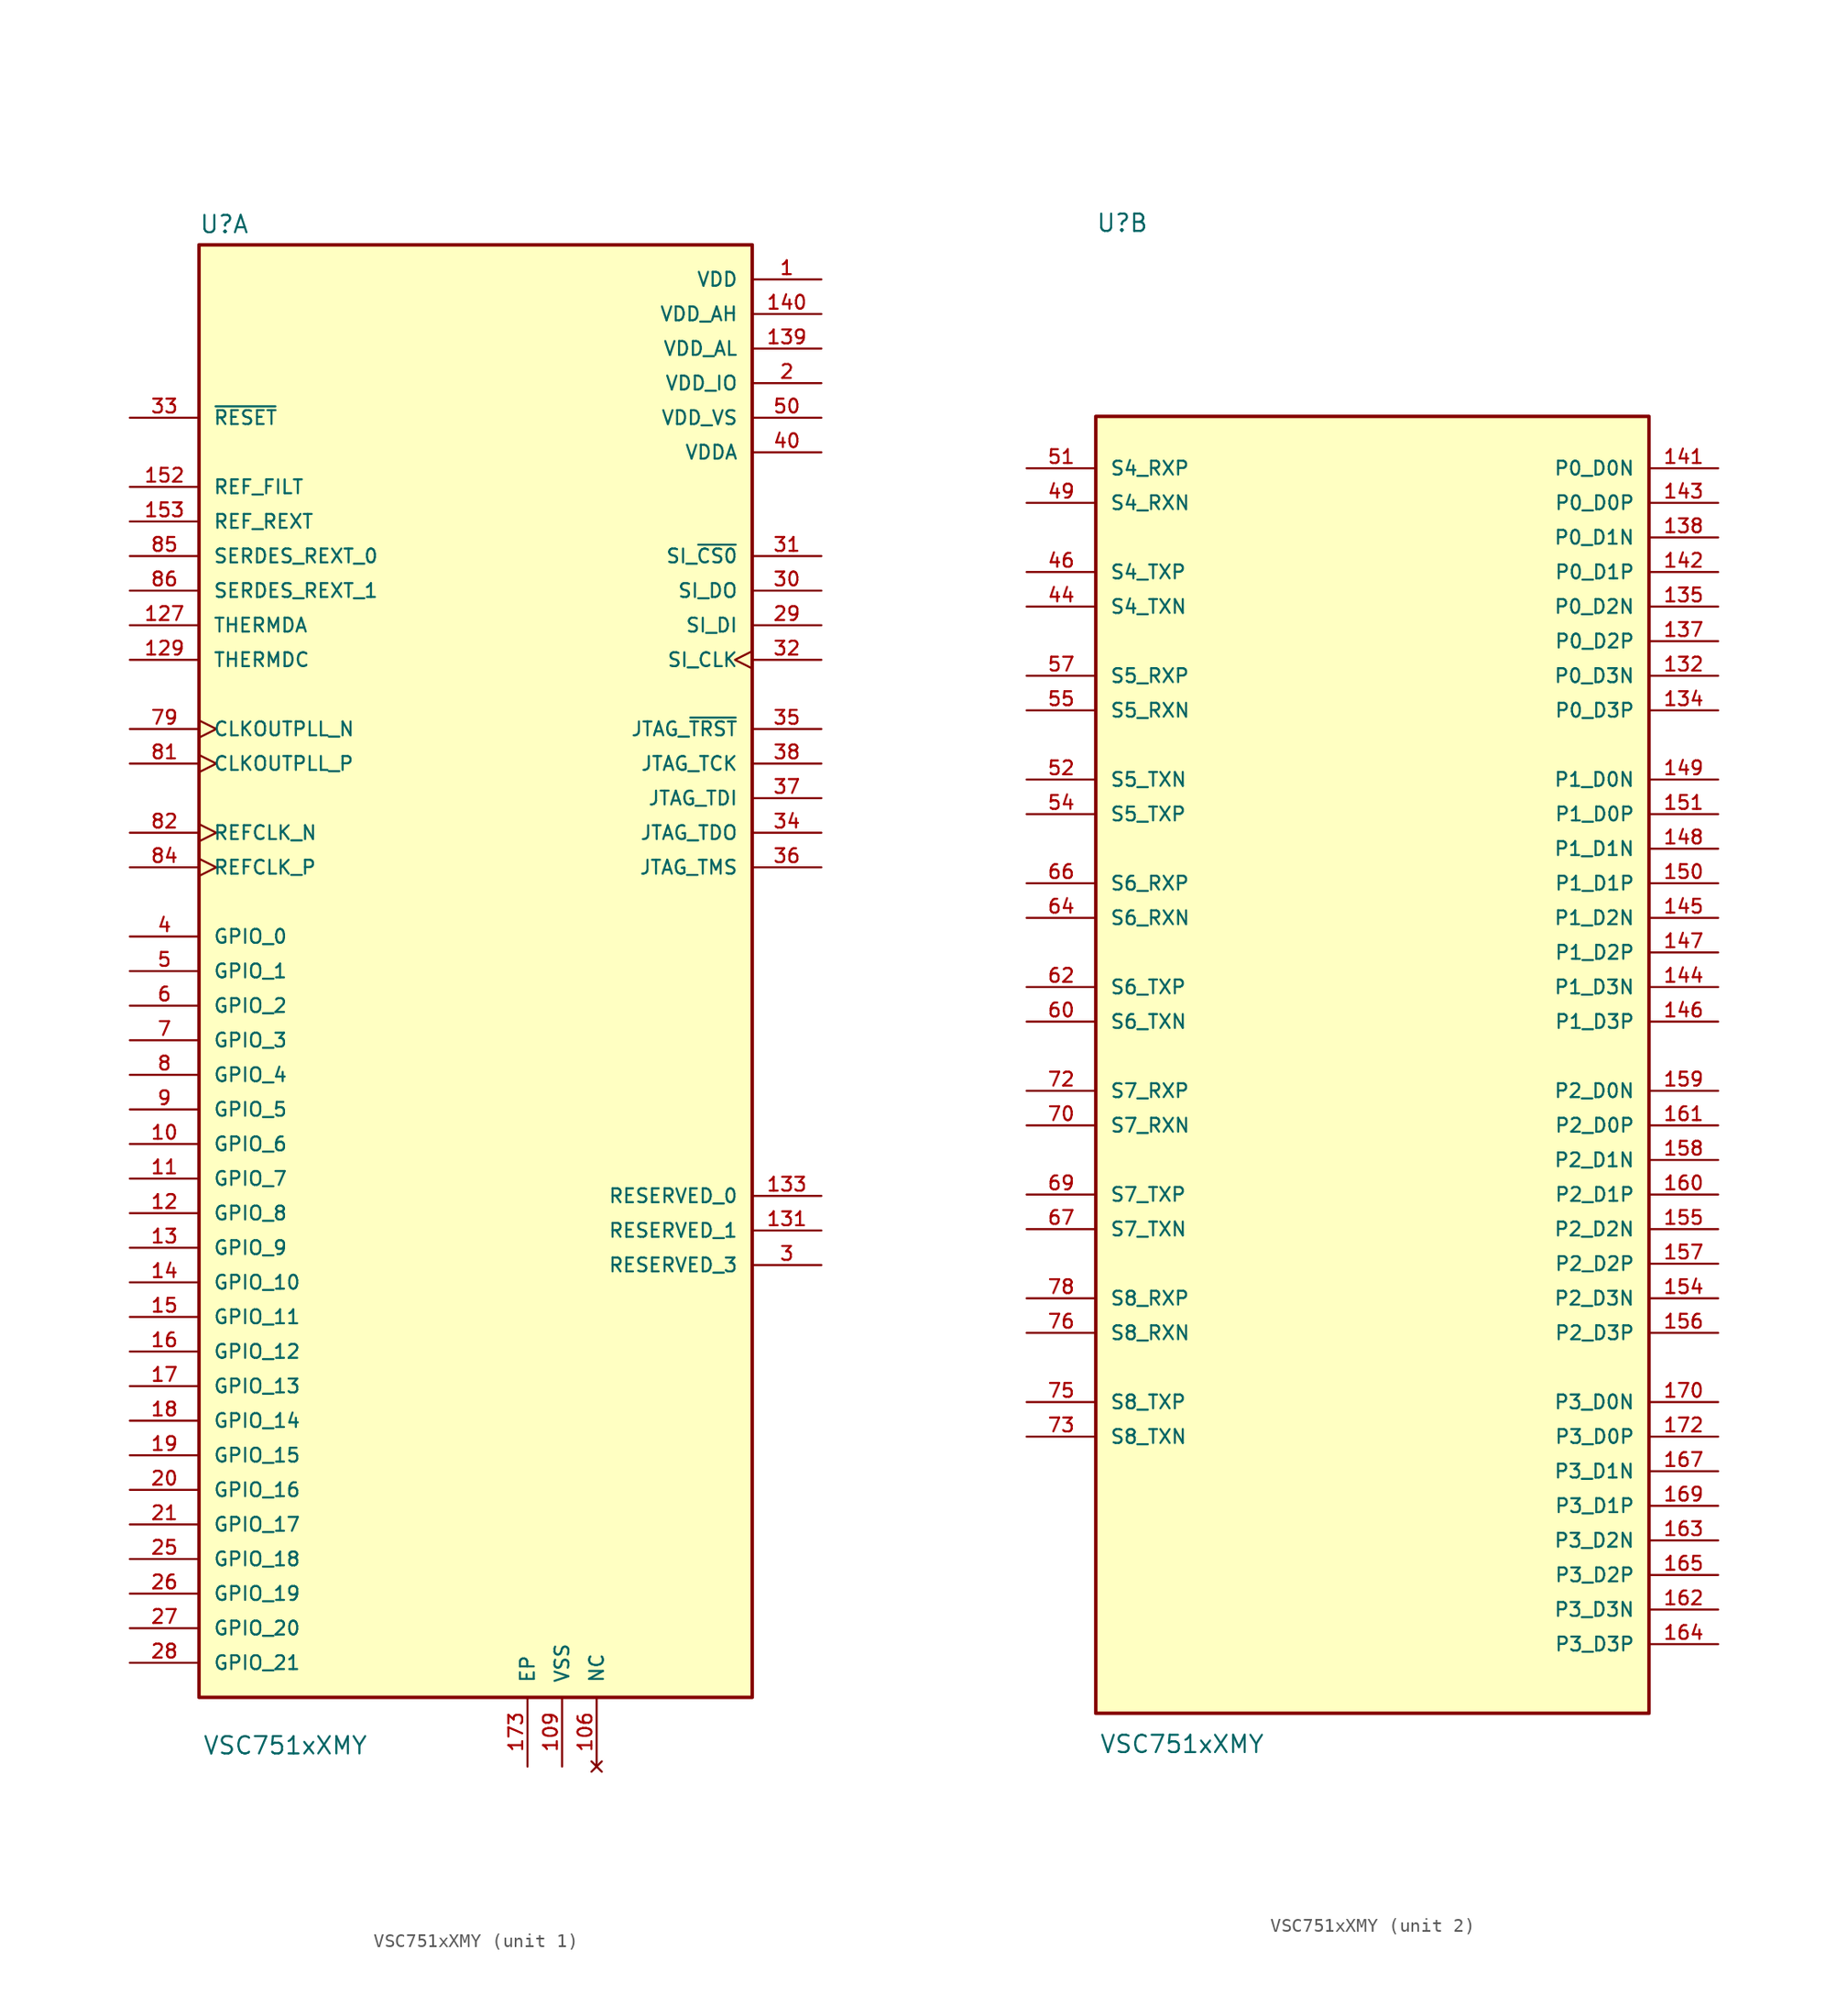
<source format=kicad_sym>
(kicad_symbol_lib
  (version 20241209)
  (generator "kicad_symbol_editor")
  (generator_version "9.0")
  (symbol "VSC751xXMY"
    (pin_names
      (offset 1.016))
    (property "Reference" "U"
      (at -20.32 56.642 0)
      (effects (font (size 1.27 1.27)) (justify left bottom)))
    (property "Value" "VSC751xXMY"
      (at -20.066 -53.594 0)
      (effects (font (size 1.27 1.27)) (justify left top)))
    (symbol "VSC751xXMY_1_0"
      (rectangle (start -20.32 55.88) (end 20.32 -50.8) (stroke (width 0.254) (type default)) (fill (type background)))
      (pin input line (at -25.4 43.18 0) (length 5.08) (name "~{RESET}" (effects (font (size 1.016 1.016)))) (number "33" (effects (font (size 1.016 1.016)))))
      (pin input line (at -25.4 38.1 0) (length 5.08) (name "REF_FILT" (effects (font (size 1.016 1.016)))) (number "152" (effects (font (size 1.016 1.016)))))
      (pin input line (at -25.4 35.56 0) (length 5.08) (name "REF_REXT" (effects (font (size 1.016 1.016)))) (number "153" (effects (font (size 1.016 1.016)))))
      (pin input line (at -25.4 33.02 0) (length 5.08) (name "SERDES_REXT_0" (effects (font (size 1.016 1.016)))) (number "85" (effects (font (size 1.016 1.016)))))
      (pin input line (at -25.4 30.48 0) (length 5.08) (name "SERDES_REXT_1" (effects (font (size 1.016 1.016)))) (number "86" (effects (font (size 1.016 1.016)))))
      (pin input line (at -25.4 27.94 0) (length 5.08) (name "THERMDA" (effects (font (size 1.016 1.016)))) (number "127" (effects (font (size 1.016 1.016)))))
      (pin input line (at -25.4 25.4 0) (length 5.08) (name "THERMDC" (effects (font (size 1.016 1.016)))) (number "129" (effects (font (size 1.016 1.016)))))
      (pin input clock (at -25.4 20.32 0) (length 5.08) (name "CLKOUTPLL_N" (effects (font (size 1.016 1.016)))) (number "79" (effects (font (size 1.016 1.016)))))
      (pin input clock (at -25.4 17.78 0) (length 5.08) (name "CLKOUTPLL_P" (effects (font (size 1.016 1.016)))) (number "81" (effects (font (size 1.016 1.016)))))
      (pin input clock (at -25.4 12.7 0) (length 5.08) (name "REFCLK_N" (effects (font (size 1.016 1.016)))) (number "82" (effects (font (size 1.016 1.016)))))
      (pin input clock (at -25.4 10.16 0) (length 5.08) (name "REFCLK_P" (effects (font (size 1.016 1.016)))) (number "84" (effects (font (size 1.016 1.016)))))
      (pin bidirectional line (at -25.4 5.08 0) (length 5.08) (name "GPIO_0" (effects (font (size 1.016 1.016)))) (number "4" (effects (font (size 1.016 1.016)))))
      (pin bidirectional line (at -25.4 2.54 0) (length 5.08) (name "GPIO_1" (effects (font (size 1.016 1.016)))) (number "5" (effects (font (size 1.016 1.016)))))
      (pin bidirectional line (at -25.4 0 0) (length 5.08) (name "GPIO_2" (effects (font (size 1.016 1.016)))) (number "6" (effects (font (size 1.016 1.016)))))
      (pin bidirectional line (at -25.4 -2.54 0) (length 5.08) (name "GPIO_3" (effects (font (size 1.016 1.016)))) (number "7" (effects (font (size 1.016 1.016)))))
      (pin bidirectional line (at -25.4 -5.08 0) (length 5.08) (name "GPIO_4" (effects (font (size 1.016 1.016)))) (number "8" (effects (font (size 1.016 1.016)))))
      (pin bidirectional line (at -25.4 -7.62 0) (length 5.08) (name "GPIO_5" (effects (font (size 1.016 1.016)))) (number "9" (effects (font (size 1.016 1.016)))))
      (pin bidirectional line (at -25.4 -10.16 0) (length 5.08) (name "GPIO_6" (effects (font (size 1.016 1.016)))) (number "10" (effects (font (size 1.016 1.016)))))
      (pin bidirectional line (at -25.4 -12.7 0) (length 5.08) (name "GPIO_7" (effects (font (size 1.016 1.016)))) (number "11" (effects (font (size 1.016 1.016)))))
      (pin bidirectional line (at -25.4 -15.24 0) (length 5.08) (name "GPIO_8" (effects (font (size 1.016 1.016)))) (number "12" (effects (font (size 1.016 1.016)))))
      (pin bidirectional line (at -25.4 -17.78 0) (length 5.08) (name "GPIO_9" (effects (font (size 1.016 1.016)))) (number "13" (effects (font (size 1.016 1.016)))))
      (pin bidirectional line (at -25.4 -20.32 0) (length 5.08) (name "GPIO_10" (effects (font (size 1.016 1.016)))) (number "14" (effects (font (size 1.016 1.016)))))
      (pin bidirectional line (at -25.4 -22.86 0) (length 5.08) (name "GPIO_11" (effects (font (size 1.016 1.016)))) (number "15" (effects (font (size 1.016 1.016)))))
      (pin bidirectional line (at -25.4 -25.4 0) (length 5.08) (name "GPIO_12" (effects (font (size 1.016 1.016)))) (number "16" (effects (font (size 1.016 1.016)))))
      (pin bidirectional line (at -25.4 -27.94 0) (length 5.08) (name "GPIO_13" (effects (font (size 1.016 1.016)))) (number "17" (effects (font (size 1.016 1.016)))))
      (pin bidirectional line (at -25.4 -30.48 0) (length 5.08) (name "GPIO_14" (effects (font (size 1.016 1.016)))) (number "18" (effects (font (size 1.016 1.016)))))
      (pin bidirectional line (at -25.4 -33.02 0) (length 5.08) (name "GPIO_15" (effects (font (size 1.016 1.016)))) (number "19" (effects (font (size 1.016 1.016)))))
      (pin bidirectional line (at -25.4 -35.56 0) (length 5.08) (name "GPIO_16" (effects (font (size 1.016 1.016)))) (number "20" (effects (font (size 1.016 1.016)))))
      (pin bidirectional line (at -25.4 -38.1 0) (length 5.08) (name "GPIO_17" (effects (font (size 1.016 1.016)))) (number "21" (effects (font (size 1.016 1.016)))))
      (pin bidirectional line (at -25.4 -40.64 0) (length 5.08) (name "GPIO_18" (effects (font (size 1.016 1.016)))) (number "25" (effects (font (size 1.016 1.016)))))
      (pin bidirectional line (at -25.4 -43.18 0) (length 5.08) (name "GPIO_19" (effects (font (size 1.016 1.016)))) (number "26" (effects (font (size 1.016 1.016)))))
      (pin bidirectional line (at -25.4 -45.72 0) (length 5.08) (name "GPIO_20" (effects (font (size 1.016 1.016)))) (number "27" (effects (font (size 1.016 1.016)))))
      (pin bidirectional line (at -25.4 -48.26 0) (length 5.08) (name "GPIO_21" (effects (font (size 1.016 1.016)))) (number "28" (effects (font (size 1.016 1.016)))))
      (pin power_in line (at 3.81 -55.88 90) (length 5.08) (name "EP" (effects (font (size 1.016 1.016)))) (number "173" (effects (font (size 1.016 1.016)))))
      (pin power_in line (at 6.35 -55.88 90) (length 5.08) (name "VSS" (effects (font (size 1.016 1.016)))) (number "109" (effects (font (size 1.016 1.016)))))
      (pin power_in line (at 6.35 -55.88 90) (length 5.08) (hide yes) (name "VSS" (effects (font (size 1.016 1.016)))) (number "119" (effects (font (size 1.016 1.016)))))
      (pin no_connect line (at 8.89 -55.88 90) (length 5.08) (name "NC" (effects (font (size 1.016 1.016)))) (number "106" (effects (font (size 1.016 1.016)))))
      (pin no_connect line (at 8.89 -55.88 90) (length 5.08) (hide yes) (name "NC" (effects (font (size 1.016 1.016)))) (number "111" (effects (font (size 1.016 1.016)))))
      (pin no_connect line (at 8.89 -55.88 90) (length 5.08) (hide yes) (name "NC" (effects (font (size 1.016 1.016)))) (number "113" (effects (font (size 1.016 1.016)))))
      (pin no_connect line (at 8.89 -55.88 90) (length 5.08) (hide yes) (name "NC" (effects (font (size 1.016 1.016)))) (number "115" (effects (font (size 1.016 1.016)))))
      (pin no_connect line (at 8.89 -55.88 90) (length 5.08) (hide yes) (name "NC" (effects (font (size 1.016 1.016)))) (number "117" (effects (font (size 1.016 1.016)))))
      (pin no_connect line (at 8.89 -55.88 90) (length 5.08) (hide yes) (name "NC" (effects (font (size 1.016 1.016)))) (number "121" (effects (font (size 1.016 1.016)))))
      (pin no_connect line (at 8.89 -55.88 90) (length 5.08) (hide yes) (name "NC" (effects (font (size 1.016 1.016)))) (number "123" (effects (font (size 1.016 1.016)))))
      (pin no_connect line (at 8.89 -55.88 90) (length 5.08) (hide yes) (name "NC" (effects (font (size 1.016 1.016)))) (number "124" (effects (font (size 1.016 1.016)))))
      (pin no_connect line (at 8.89 -55.88 90) (length 5.08) (hide yes) (name "NC" (effects (font (size 1.016 1.016)))) (number "125" (effects (font (size 1.016 1.016)))))
      (pin no_connect line (at 8.89 -55.88 90) (length 5.08) (hide yes) (name "NC" (effects (font (size 1.016 1.016)))) (number "126" (effects (font (size 1.016 1.016)))))
      (pin no_connect line (at 8.89 -55.88 90) (length 5.08) (hide yes) (name "NC" (effects (font (size 1.016 1.016)))) (number "128" (effects (font (size 1.016 1.016)))))
      (pin no_connect line (at 8.89 -55.88 90) (length 5.08) (hide yes) (name "NC" (effects (font (size 1.016 1.016)))) (number "171" (effects (font (size 1.016 1.016)))))
      (pin no_connect line (at 8.89 -55.88 90) (length 5.08) (hide yes) (name "NC" (effects (font (size 1.016 1.016)))) (number "45" (effects (font (size 1.016 1.016)))))
      (pin no_connect line (at 8.89 -55.88 90) (length 5.08) (hide yes) (name "NC" (effects (font (size 1.016 1.016)))) (number "53" (effects (font (size 1.016 1.016)))))
      (pin no_connect line (at 8.89 -55.88 90) (length 5.08) (hide yes) (name "NC" (effects (font (size 1.016 1.016)))) (number "71" (effects (font (size 1.016 1.016)))))
      (pin no_connect line (at 8.89 -55.88 90) (length 5.08) (hide yes) (name "NC" (effects (font (size 1.016 1.016)))) (number "87" (effects (font (size 1.016 1.016)))))
      (pin no_connect line (at 8.89 -55.88 90) (length 5.08) (hide yes) (name "NC" (effects (font (size 1.016 1.016)))) (number "88" (effects (font (size 1.016 1.016)))))
      (pin no_connect line (at 8.89 -55.88 90) (length 5.08) (hide yes) (name "NC" (effects (font (size 1.016 1.016)))) (number "89" (effects (font (size 1.016 1.016)))))
      (pin no_connect line (at 8.89 -55.88 90) (length 5.08) (hide yes) (name "NC" (effects (font (size 1.016 1.016)))) (number "90" (effects (font (size 1.016 1.016)))))
      (pin no_connect line (at 8.89 -55.88 90) (length 5.08) (hide yes) (name "NC" (effects (font (size 1.016 1.016)))) (number "91" (effects (font (size 1.016 1.016)))))
      (pin no_connect line (at 8.89 -55.88 90) (length 5.08) (hide yes) (name "NC" (effects (font (size 1.016 1.016)))) (number "94" (effects (font (size 1.016 1.016)))))
      (pin power_in line (at 25.4 53.34 180) (length 5.08) (name "VDD" (effects (font (size 1.016 1.016)))) (number "1" (effects (font (size 1.016 1.016)))))
      (pin power_in line (at 25.4 53.34 180) (length 5.08) (hide yes) (name "VDD" (effects (font (size 1.016 1.016)))) (number "100" (effects (font (size 1.016 1.016)))))
      (pin power_in line (at 25.4 53.34 180) (length 5.08) (hide yes) (name "VDD" (effects (font (size 1.016 1.016)))) (number "101" (effects (font (size 1.016 1.016)))))
      (pin power_in line (at 25.4 53.34 180) (length 5.08) (hide yes) (name "VDD" (effects (font (size 1.016 1.016)))) (number "102" (effects (font (size 1.016 1.016)))))
      (pin power_in line (at 25.4 53.34 180) (length 5.08) (hide yes) (name "VDD" (effects (font (size 1.016 1.016)))) (number "103" (effects (font (size 1.016 1.016)))))
      (pin power_in line (at 25.4 53.34 180) (length 5.08) (hide yes) (name "VDD" (effects (font (size 1.016 1.016)))) (number "104" (effects (font (size 1.016 1.016)))))
      (pin power_in line (at 25.4 53.34 180) (length 5.08) (hide yes) (name "VDD" (effects (font (size 1.016 1.016)))) (number "105" (effects (font (size 1.016 1.016)))))
      (pin power_in line (at 25.4 53.34 180) (length 5.08) (hide yes) (name "VDD" (effects (font (size 1.016 1.016)))) (number "107" (effects (font (size 1.016 1.016)))))
      (pin power_in line (at 25.4 53.34 180) (length 5.08) (hide yes) (name "VDD" (effects (font (size 1.016 1.016)))) (number "108" (effects (font (size 1.016 1.016)))))
      (pin power_in line (at 25.4 53.34 180) (length 5.08) (hide yes) (name "VDD" (effects (font (size 1.016 1.016)))) (number "110" (effects (font (size 1.016 1.016)))))
      (pin power_in line (at 25.4 53.34 180) (length 5.08) (hide yes) (name "VDD" (effects (font (size 1.016 1.016)))) (number "112" (effects (font (size 1.016 1.016)))))
      (pin power_in line (at 25.4 53.34 180) (length 5.08) (hide yes) (name "VDD" (effects (font (size 1.016 1.016)))) (number "114" (effects (font (size 1.016 1.016)))))
      (pin power_in line (at 25.4 53.34 180) (length 5.08) (hide yes) (name "VDD" (effects (font (size 1.016 1.016)))) (number "116" (effects (font (size 1.016 1.016)))))
      (pin power_in line (at 25.4 53.34 180) (length 5.08) (hide yes) (name "VDD" (effects (font (size 1.016 1.016)))) (number "118" (effects (font (size 1.016 1.016)))))
      (pin power_in line (at 25.4 53.34 180) (length 5.08) (hide yes) (name "VDD" (effects (font (size 1.016 1.016)))) (number "120" (effects (font (size 1.016 1.016)))))
      (pin power_in line (at 25.4 53.34 180) (length 5.08) (hide yes) (name "VDD" (effects (font (size 1.016 1.016)))) (number "122" (effects (font (size 1.016 1.016)))))
      (pin power_in line (at 25.4 53.34 180) (length 5.08) (hide yes) (name "VDD" (effects (font (size 1.016 1.016)))) (number "130" (effects (font (size 1.016 1.016)))))
      (pin power_in line (at 25.4 53.34 180) (length 5.08) (hide yes) (name "VDD" (effects (font (size 1.016 1.016)))) (number "136" (effects (font (size 1.016 1.016)))))
      (pin power_in line (at 25.4 53.34 180) (length 5.08) (hide yes) (name "VDD" (effects (font (size 1.016 1.016)))) (number "23" (effects (font (size 1.016 1.016)))))
      (pin power_in line (at 25.4 53.34 180) (length 5.08) (hide yes) (name "VDD" (effects (font (size 1.016 1.016)))) (number "43" (effects (font (size 1.016 1.016)))))
      (pin power_in line (at 25.4 53.34 180) (length 5.08) (hide yes) (name "VDD" (effects (font (size 1.016 1.016)))) (number "47" (effects (font (size 1.016 1.016)))))
      (pin power_in line (at 25.4 53.34 180) (length 5.08) (hide yes) (name "VDD" (effects (font (size 1.016 1.016)))) (number "61" (effects (font (size 1.016 1.016)))))
      (pin power_in line (at 25.4 53.34 180) (length 5.08) (hide yes) (name "VDD" (effects (font (size 1.016 1.016)))) (number "83" (effects (font (size 1.016 1.016)))))
      (pin power_in line (at 25.4 53.34 180) (length 5.08) (hide yes) (name "VDD" (effects (font (size 1.016 1.016)))) (number "92" (effects (font (size 1.016 1.016)))))
      (pin power_in line (at 25.4 53.34 180) (length 5.08) (hide yes) (name "VDD" (effects (font (size 1.016 1.016)))) (number "93" (effects (font (size 1.016 1.016)))))
      (pin power_in line (at 25.4 53.34 180) (length 5.08) (hide yes) (name "VDD" (effects (font (size 1.016 1.016)))) (number "95" (effects (font (size 1.016 1.016)))))
      (pin power_in line (at 25.4 53.34 180) (length 5.08) (hide yes) (name "VDD" (effects (font (size 1.016 1.016)))) (number "96" (effects (font (size 1.016 1.016)))))
      (pin power_in line (at 25.4 53.34 180) (length 5.08) (hide yes) (name "VDD" (effects (font (size 1.016 1.016)))) (number "97" (effects (font (size 1.016 1.016)))))
      (pin power_in line (at 25.4 53.34 180) (length 5.08) (hide yes) (name "VDD" (effects (font (size 1.016 1.016)))) (number "98" (effects (font (size 1.016 1.016)))))
      (pin power_in line (at 25.4 53.34 180) (length 5.08) (hide yes) (name "VDD" (effects (font (size 1.016 1.016)))) (number "99" (effects (font (size 1.016 1.016)))))
      (pin power_in line (at 25.4 50.8 180) (length 5.08) (name "VDD_AH" (effects (font (size 1.016 1.016)))) (number "140" (effects (font (size 1.016 1.016)))))
      (pin power_in line (at 25.4 50.8 180) (length 5.08) (hide yes) (name "VDD_AH" (effects (font (size 1.016 1.016)))) (number "166" (effects (font (size 1.016 1.016)))))
      (pin power_in line (at 25.4 48.26 180) (length 5.08) (name "VDD_AL" (effects (font (size 1.016 1.016)))) (number "139" (effects (font (size 1.016 1.016)))))
      (pin power_in line (at 25.4 48.26 180) (length 5.08) (hide yes) (name "VDD_AL" (effects (font (size 1.016 1.016)))) (number "168" (effects (font (size 1.016 1.016)))))
      (pin power_in line (at 25.4 45.72 180) (length 5.08) (name "VDD_IO" (effects (font (size 1.016 1.016)))) (number "2" (effects (font (size 1.016 1.016)))))
      (pin power_in line (at 25.4 45.72 180) (length 5.08) (hide yes) (name "VDD_IO" (effects (font (size 1.016 1.016)))) (number "22" (effects (font (size 1.016 1.016)))))
      (pin power_in line (at 25.4 45.72 180) (length 5.08) (hide yes) (name "VDD_IO" (effects (font (size 1.016 1.016)))) (number "24" (effects (font (size 1.016 1.016)))))
      (pin power_in line (at 25.4 45.72 180) (length 5.08) (hide yes) (name "VDD_IO" (effects (font (size 1.016 1.016)))) (number "39" (effects (font (size 1.016 1.016)))))
      (pin power_in line (at 25.4 45.72 180) (length 5.08) (hide yes) (name "VDD_IO" (effects (font (size 1.016 1.016)))) (number "59" (effects (font (size 1.016 1.016)))))
      (pin power_in line (at 25.4 45.72 180) (length 5.08) (hide yes) (name "VDD_IO" (effects (font (size 1.016 1.016)))) (number "80" (effects (font (size 1.016 1.016)))))
      (pin power_in line (at 25.4 43.18 180) (length 5.08) (name "VDD_VS" (effects (font (size 1.016 1.016)))) (number "50" (effects (font (size 1.016 1.016)))))
      (pin power_in line (at 25.4 43.18 180) (length 5.08) (hide yes) (name "VDD_VS" (effects (font (size 1.016 1.016)))) (number "56" (effects (font (size 1.016 1.016)))))
      (pin power_in line (at 25.4 43.18 180) (length 5.08) (hide yes) (name "VDD_VS" (effects (font (size 1.016 1.016)))) (number "63" (effects (font (size 1.016 1.016)))))
      (pin power_in line (at 25.4 43.18 180) (length 5.08) (hide yes) (name "VDD_VS" (effects (font (size 1.016 1.016)))) (number "68" (effects (font (size 1.016 1.016)))))
      (pin power_in line (at 25.4 43.18 180) (length 5.08) (hide yes) (name "VDD_VS" (effects (font (size 1.016 1.016)))) (number "74" (effects (font (size 1.016 1.016)))))
      (pin power_in line (at 25.4 40.64 180) (length 5.08) (name "VDDA" (effects (font (size 1.016 1.016)))) (number "40" (effects (font (size 1.016 1.016)))))
      (pin power_in line (at 25.4 40.64 180) (length 5.08) (hide yes) (name "VDDA" (effects (font (size 1.016 1.016)))) (number "41" (effects (font (size 1.016 1.016)))))
      (pin power_in line (at 25.4 40.64 180) (length 5.08) (hide yes) (name "VDDA" (effects (font (size 1.016 1.016)))) (number "42" (effects (font (size 1.016 1.016)))))
      (pin power_in line (at 25.4 40.64 180) (length 5.08) (hide yes) (name "VDDA" (effects (font (size 1.016 1.016)))) (number "48" (effects (font (size 1.016 1.016)))))
      (pin power_in line (at 25.4 40.64 180) (length 5.08) (hide yes) (name "VDDA" (effects (font (size 1.016 1.016)))) (number "58" (effects (font (size 1.016 1.016)))))
      (pin power_in line (at 25.4 40.64 180) (length 5.08) (hide yes) (name "VDDA" (effects (font (size 1.016 1.016)))) (number "65" (effects (font (size 1.016 1.016)))))
      (pin power_in line (at 25.4 40.64 180) (length 5.08) (hide yes) (name "VDDA" (effects (font (size 1.016 1.016)))) (number "77" (effects (font (size 1.016 1.016)))))
      (pin bidirectional line (at 25.4 33.02 180) (length 5.08) (name "SI_~{CS0}" (effects (font (size 1.016 1.016)))) (number "31" (effects (font (size 1.016 1.016)))))
      (pin output line (at 25.4 30.48 180) (length 5.08) (name "SI_DO" (effects (font (size 1.016 1.016)))) (number "30" (effects (font (size 1.016 1.016)))))
      (pin input line (at 25.4 27.94 180) (length 5.08) (name "SI_DI" (effects (font (size 1.016 1.016)))) (number "29" (effects (font (size 1.016 1.016)))))
      (pin bidirectional clock (at 25.4 25.4 180) (length 5.08) (name "SI_CLK" (effects (font (size 1.016 1.016)))) (number "32" (effects (font (size 1.016 1.016)))))
      (pin input line (at 25.4 20.32 180) (length 5.08) (name "JTAG_~{TRST}" (effects (font (size 1.016 1.016)))) (number "35" (effects (font (size 1.016 1.016)))))
      (pin input line (at 25.4 17.78 180) (length 5.08) (name "JTAG_TCK" (effects (font (size 1.016 1.016)))) (number "38" (effects (font (size 1.016 1.016)))))
      (pin input line (at 25.4 15.24 180) (length 5.08) (name "JTAG_TDI" (effects (font (size 1.016 1.016)))) (number "37" (effects (font (size 1.016 1.016)))))
      (pin output line (at 25.4 12.7 180) (length 5.08) (name "JTAG_TDO" (effects (font (size 1.016 1.016)))) (number "34" (effects (font (size 1.016 1.016)))))
      (pin input line (at 25.4 10.16 180) (length 5.08) (name "JTAG_TMS" (effects (font (size 1.016 1.016)))) (number "36" (effects (font (size 1.016 1.016)))))
      (pin bidirectional line (at 25.4 -13.97 180) (length 5.08) (name "RESERVED_0" (effects (font (size 1.016 1.016)))) (number "133" (effects (font (size 1.016 1.016)))))
      (pin bidirectional line (at 25.4 -16.51 180) (length 5.08) (name "RESERVED_1" (effects (font (size 1.016 1.016)))) (number "131" (effects (font (size 1.016 1.016)))))
      (pin bidirectional line (at 25.4 -19.05 180) (length 5.08) (name "RESERVED_3" (effects (font (size 1.016 1.016)))) (number "3" (effects (font (size 1.016 1.016))))))
    (symbol "VSC751xXMY_2_0"
      (rectangle (start -20.32 43.18) (end 20.32 -52.07) (stroke (width 0.254) (type default)) (fill (type background)))
      (pin input line (at -25.4 39.37 0) (length 5.08) (name "S4_RXP" (effects (font (size 1.016 1.016)))) (number "51" (effects (font (size 1.016 1.016)))))
      (pin input line (at -25.4 36.83 0) (length 5.08) (name "S4_RXN" (effects (font (size 1.016 1.016)))) (number "49" (effects (font (size 1.016 1.016)))))
      (pin output line (at -25.4 31.75 0) (length 5.08) (name "S4_TXP" (effects (font (size 1.016 1.016)))) (number "46" (effects (font (size 1.016 1.016)))))
      (pin output line (at -25.4 29.21 0) (length 5.08) (name "S4_TXN" (effects (font (size 1.016 1.016)))) (number "44" (effects (font (size 1.016 1.016)))))
      (pin input line (at -25.4 24.13 0) (length 5.08) (name "S5_RXP" (effects (font (size 1.016 1.016)))) (number "57" (effects (font (size 1.016 1.016)))))
      (pin input line (at -25.4 21.59 0) (length 5.08) (name "S5_RXN" (effects (font (size 1.016 1.016)))) (number "55" (effects (font (size 1.016 1.016)))))
      (pin output line (at -25.4 16.51 0) (length 5.08) (name "S5_TXN" (effects (font (size 1.016 1.016)))) (number "52" (effects (font (size 1.016 1.016)))))
      (pin output line (at -25.4 13.97 0) (length 5.08) (name "S5_TXP" (effects (font (size 1.016 1.016)))) (number "54" (effects (font (size 1.016 1.016)))))
      (pin input line (at -25.4 8.89 0) (length 5.08) (name "S6_RXP" (effects (font (size 1.016 1.016)))) (number "66" (effects (font (size 1.016 1.016)))))
      (pin input line (at -25.4 6.35 0) (length 5.08) (name "S6_RXN" (effects (font (size 1.016 1.016)))) (number "64" (effects (font (size 1.016 1.016)))))
      (pin output line (at -25.4 1.27 0) (length 5.08) (name "S6_TXP" (effects (font (size 1.016 1.016)))) (number "62" (effects (font (size 1.016 1.016)))))
      (pin output line (at -25.4 -1.27 0) (length 5.08) (name "S6_TXN" (effects (font (size 1.016 1.016)))) (number "60" (effects (font (size 1.016 1.016)))))
      (pin input line (at -25.4 -6.35 0) (length 5.08) (name "S7_RXP" (effects (font (size 1.016 1.016)))) (number "72" (effects (font (size 1.016 1.016)))))
      (pin input line (at -25.4 -8.89 0) (length 5.08) (name "S7_RXN" (effects (font (size 1.016 1.016)))) (number "70" (effects (font (size 1.016 1.016)))))
      (pin output line (at -25.4 -13.97 0) (length 5.08) (name "S7_TXP" (effects (font (size 1.016 1.016)))) (number "69" (effects (font (size 1.016 1.016)))))
      (pin output line (at -25.4 -16.51 0) (length 5.08) (name "S7_TXN" (effects (font (size 1.016 1.016)))) (number "67" (effects (font (size 1.016 1.016)))))
      (pin input line (at -25.4 -21.59 0) (length 5.08) (name "S8_RXP" (effects (font (size 1.016 1.016)))) (number "78" (effects (font (size 1.016 1.016)))))
      (pin input line (at -25.4 -24.13 0) (length 5.08) (name "S8_RXN" (effects (font (size 1.016 1.016)))) (number "76" (effects (font (size 1.016 1.016)))))
      (pin output line (at -25.4 -29.21 0) (length 5.08) (name "S8_TXP" (effects (font (size 1.016 1.016)))) (number "75" (effects (font (size 1.016 1.016)))))
      (pin output line (at -25.4 -31.75 0) (length 5.08) (name "S8_TXN" (effects (font (size 1.016 1.016)))) (number "73" (effects (font (size 1.016 1.016)))))
      (pin bidirectional line (at 25.4 39.37 180) (length 5.08) (name "P0_D0N" (effects (font (size 1.016 1.016)))) (number "141" (effects (font (size 1.016 1.016)))))
      (pin bidirectional line (at 25.4 36.83 180) (length 5.08) (name "P0_D0P" (effects (font (size 1.016 1.016)))) (number "143" (effects (font (size 1.016 1.016)))))
      (pin bidirectional line (at 25.4 34.29 180) (length 5.08) (name "P0_D1N" (effects (font (size 1.016 1.016)))) (number "138" (effects (font (size 1.016 1.016)))))
      (pin bidirectional line (at 25.4 31.75 180) (length 5.08) (name "P0_D1P" (effects (font (size 1.016 1.016)))) (number "142" (effects (font (size 1.016 1.016)))))
      (pin bidirectional line (at 25.4 29.21 180) (length 5.08) (name "P0_D2N" (effects (font (size 1.016 1.016)))) (number "135" (effects (font (size 1.016 1.016)))))
      (pin bidirectional line (at 25.4 26.67 180) (length 5.08) (name "P0_D2P" (effects (font (size 1.016 1.016)))) (number "137" (effects (font (size 1.016 1.016)))))
      (pin bidirectional line (at 25.4 24.13 180) (length 5.08) (name "P0_D3N" (effects (font (size 1.016 1.016)))) (number "132" (effects (font (size 1.016 1.016)))))
      (pin bidirectional line (at 25.4 21.59 180) (length 5.08) (name "P0_D3P" (effects (font (size 1.016 1.016)))) (number "134" (effects (font (size 1.016 1.016)))))
      (pin bidirectional line (at 25.4 16.51 180) (length 5.08) (name "P1_D0N" (effects (font (size 1.016 1.016)))) (number "149" (effects (font (size 1.016 1.016)))))
      (pin bidirectional line (at 25.4 13.97 180) (length 5.08) (name "P1_D0P" (effects (font (size 1.016 1.016)))) (number "151" (effects (font (size 1.016 1.016)))))
      (pin bidirectional line (at 25.4 11.43 180) (length 5.08) (name "P1_D1N" (effects (font (size 1.016 1.016)))) (number "148" (effects (font (size 1.016 1.016)))))
      (pin bidirectional line (at 25.4 8.89 180) (length 5.08) (name "P1_D1P" (effects (font (size 1.016 1.016)))) (number "150" (effects (font (size 1.016 1.016)))))
      (pin bidirectional line (at 25.4 6.35 180) (length 5.08) (name "P1_D2N" (effects (font (size 1.016 1.016)))) (number "145" (effects (font (size 1.016 1.016)))))
      (pin bidirectional line (at 25.4 3.81 180) (length 5.08) (name "P1_D2P" (effects (font (size 1.016 1.016)))) (number "147" (effects (font (size 1.016 1.016)))))
      (pin bidirectional line (at 25.4 1.27 180) (length 5.08) (name "P1_D3N" (effects (font (size 1.016 1.016)))) (number "144" (effects (font (size 1.016 1.016)))))
      (pin bidirectional line (at 25.4 -1.27 180) (length 5.08) (name "P1_D3P" (effects (font (size 1.016 1.016)))) (number "146" (effects (font (size 1.016 1.016)))))
      (pin bidirectional line (at 25.4 -6.35 180) (length 5.08) (name "P2_D0N" (effects (font (size 1.016 1.016)))) (number "159" (effects (font (size 1.016 1.016)))))
      (pin bidirectional line (at 25.4 -8.89 180) (length 5.08) (name "P2_D0P" (effects (font (size 1.016 1.016)))) (number "161" (effects (font (size 1.016 1.016)))))
      (pin bidirectional line (at 25.4 -11.43 180) (length 5.08) (name "P2_D1N" (effects (font (size 1.016 1.016)))) (number "158" (effects (font (size 1.016 1.016)))))
      (pin bidirectional line (at 25.4 -13.97 180) (length 5.08) (name "P2_D1P" (effects (font (size 1.016 1.016)))) (number "160" (effects (font (size 1.016 1.016)))))
      (pin bidirectional line (at 25.4 -16.51 180) (length 5.08) (name "P2_D2N" (effects (font (size 1.016 1.016)))) (number "155" (effects (font (size 1.016 1.016)))))
      (pin bidirectional line (at 25.4 -19.05 180) (length 5.08) (name "P2_D2P" (effects (font (size 1.016 1.016)))) (number "157" (effects (font (size 1.016 1.016)))))
      (pin bidirectional line (at 25.4 -21.59 180) (length 5.08) (name "P2_D3N" (effects (font (size 1.016 1.016)))) (number "154" (effects (font (size 1.016 1.016)))))
      (pin bidirectional line (at 25.4 -24.13 180) (length 5.08) (name "P2_D3P" (effects (font (size 1.016 1.016)))) (number "156" (effects (font (size 1.016 1.016)))))
      (pin bidirectional line (at 25.4 -29.21 180) (length 5.08) (name "P3_D0N" (effects (font (size 1.016 1.016)))) (number "170" (effects (font (size 1.016 1.016)))))
      (pin bidirectional line (at 25.4 -31.75 180) (length 5.08) (name "P3_D0P" (effects (font (size 1.016 1.016)))) (number "172" (effects (font (size 1.016 1.016)))))
      (pin bidirectional line (at 25.4 -34.29 180) (length 5.08) (name "P3_D1N" (effects (font (size 1.016 1.016)))) (number "167" (effects (font (size 1.016 1.016)))))
      (pin bidirectional line (at 25.4 -36.83 180) (length 5.08) (name "P3_D1P" (effects (font (size 1.016 1.016)))) (number "169" (effects (font (size 1.016 1.016)))))
      (pin bidirectional line (at 25.4 -39.37 180) (length 5.08) (name "P3_D2N" (effects (font (size 1.016 1.016)))) (number "163" (effects (font (size 1.016 1.016)))))
      (pin bidirectional line (at 25.4 -41.91 180) (length 5.08) (name "P3_D2P" (effects (font (size 1.016 1.016)))) (number "165" (effects (font (size 1.016 1.016)))))
      (pin bidirectional line (at 25.4 -44.45 180) (length 5.08) (name "P3_D3N" (effects (font (size 1.016 1.016)))) (number "162" (effects (font (size 1.016 1.016)))))
      (pin bidirectional line (at 25.4 -46.99 180) (length 5.08) (name "P3_D3P" (effects (font (size 1.016 1.016)))) (number "164" (effects (font (size 1.016 1.016))))))))
</source>
